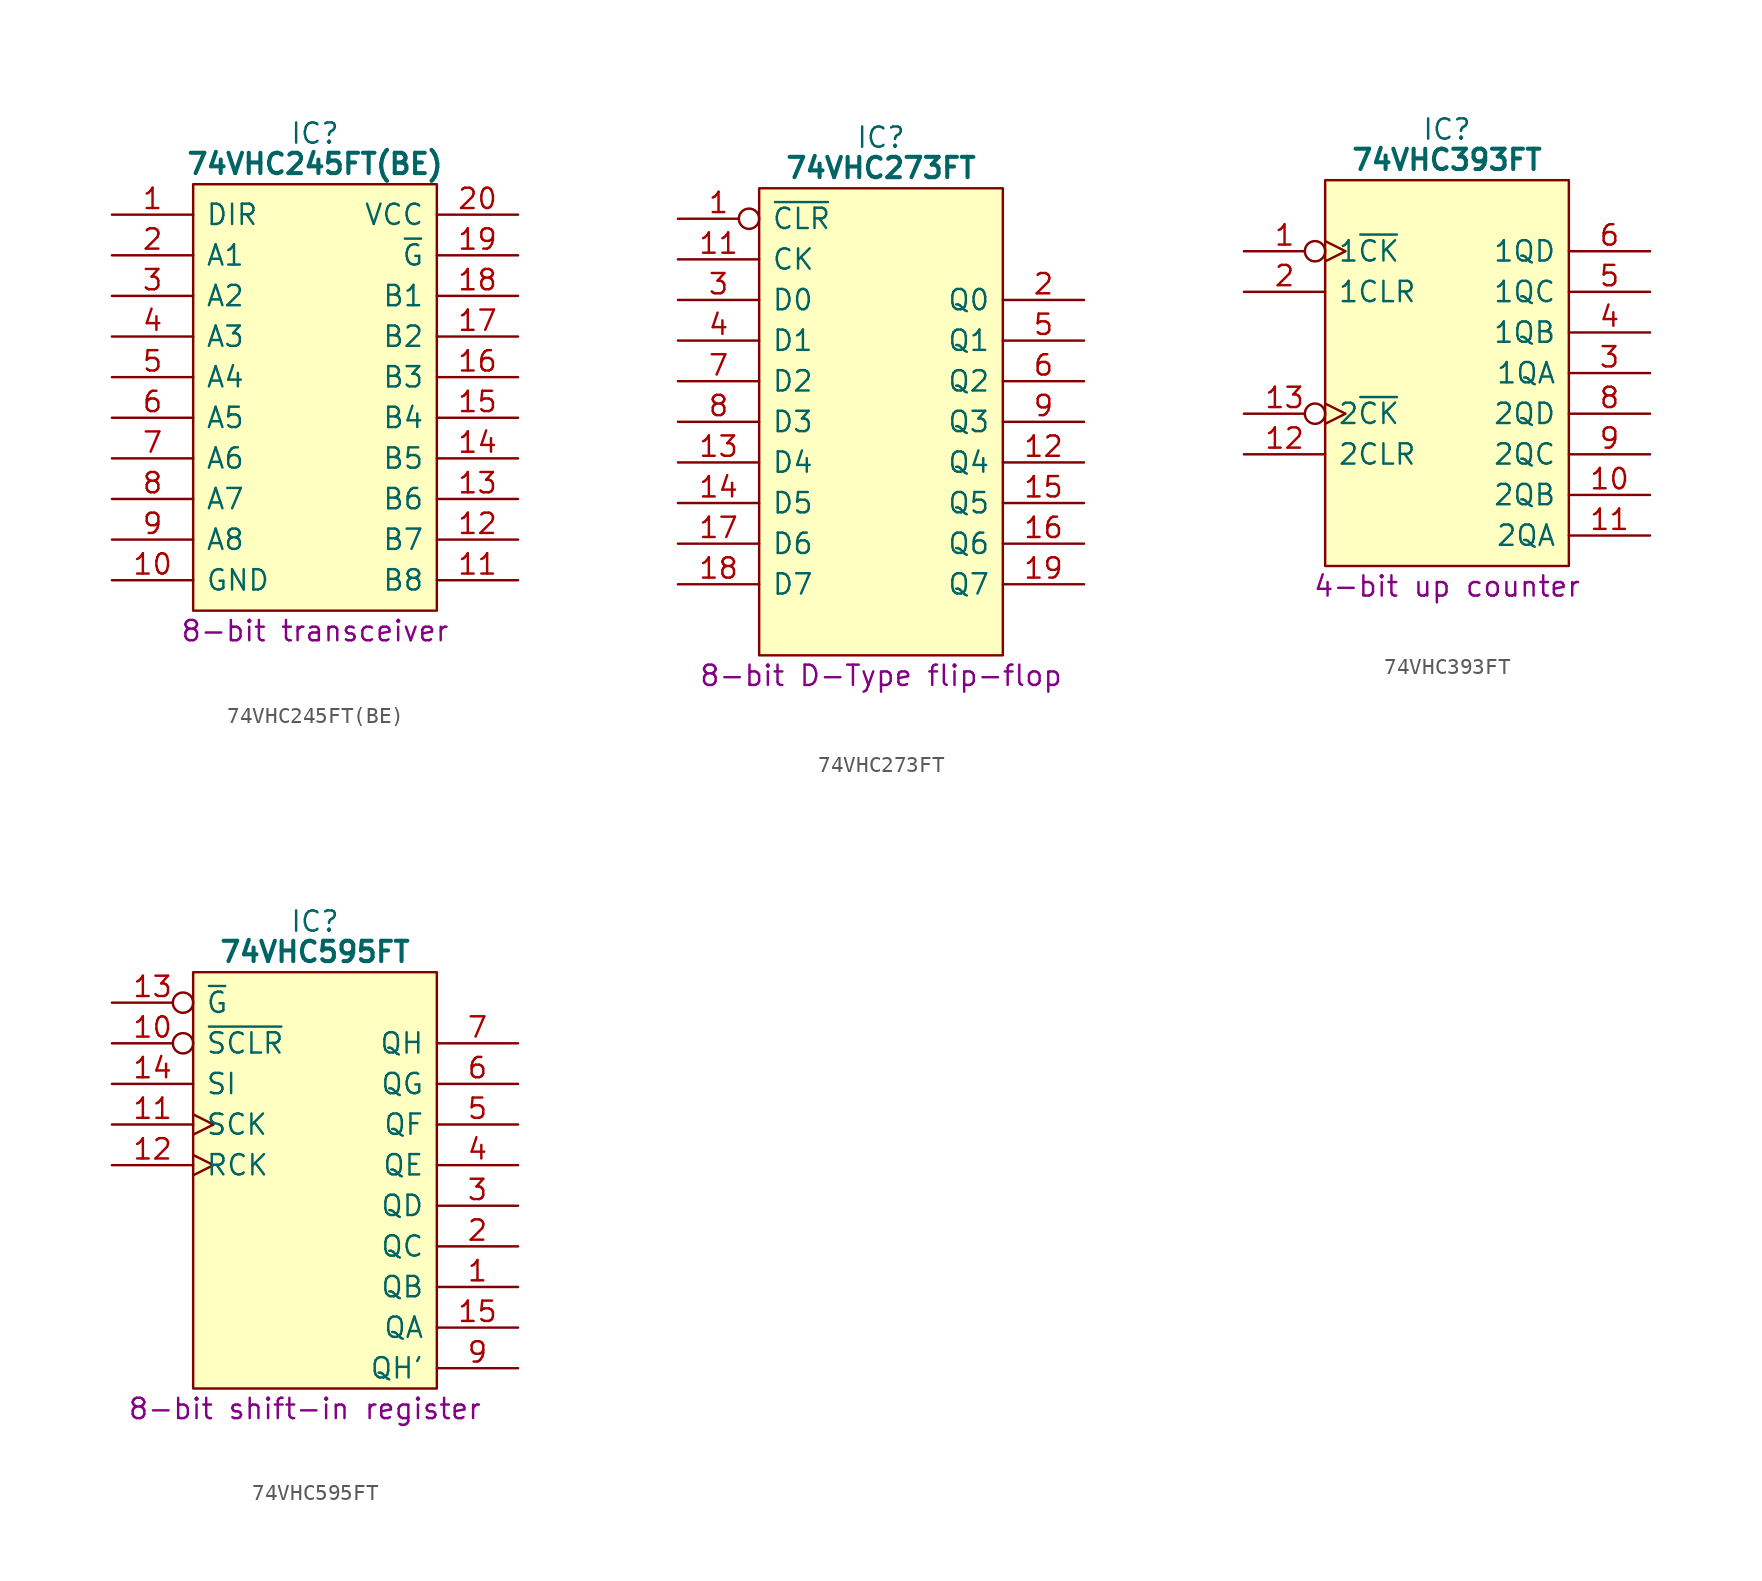
<source format=kicad_sym>
(kicad_symbol_lib
  (version 20231120)
  (generator "kicad_symbol_editor")
  (generator_version "8.0")
  (symbol "74VHC245FT(BE)"
    (pin_names
      (offset 0.762))
    (property "Reference" "IC"
      (at 12.7 5.08 0)
      (effects (font (size 1.27 1.27))))
    (property "Value" "74VHC245FT(BE)"
      (at 12.7 3.175 0)
      (effects (font (size 1.27 1.27) (bold yes))))
    (property "Description" "8-bit transceiver"
      (at 12.7 -26.035 0)
      (effects (font (size 1.27 1.27))))
    (symbol "74VHC245FT(BE)_0_0"
      (pin passive line (at 0 0 0) (length 5.08) (name "DIR" (effects (font (size 1.27 1.27)))) (number "1" (effects (font (size 1.27 1.27)))))
      (pin passive line (at 0 -22.86 0) (length 5.08) (name "GND" (effects (font (size 1.27 1.27)))) (number "10" (effects (font (size 1.27 1.27)))))
      (pin passive line (at 25.4 -22.86 180) (length 5.08) (name "B8" (effects (font (size 1.27 1.27)))) (number "11" (effects (font (size 1.27 1.27)))))
      (pin passive line (at 25.4 -20.32 180) (length 5.08) (name "B7" (effects (font (size 1.27 1.27)))) (number "12" (effects (font (size 1.27 1.27)))))
      (pin passive line (at 25.4 -17.78 180) (length 5.08) (name "B6" (effects (font (size 1.27 1.27)))) (number "13" (effects (font (size 1.27 1.27)))))
      (pin passive line (at 25.4 -15.24 180) (length 5.08) (name "B5" (effects (font (size 1.27 1.27)))) (number "14" (effects (font (size 1.27 1.27)))))
      (pin passive line (at 25.4 -12.7 180) (length 5.08) (name "B4" (effects (font (size 1.27 1.27)))) (number "15" (effects (font (size 1.27 1.27)))))
      (pin passive line (at 25.4 -10.16 180) (length 5.08) (name "B3" (effects (font (size 1.27 1.27)))) (number "16" (effects (font (size 1.27 1.27)))))
      (pin passive line (at 25.4 -7.62 180) (length 5.08) (name "B2" (effects (font (size 1.27 1.27)))) (number "17" (effects (font (size 1.27 1.27)))))
      (pin passive line (at 25.4 -5.08 180) (length 5.08) (name "B1" (effects (font (size 1.27 1.27)))) (number "18" (effects (font (size 1.27 1.27)))))
      (pin passive line (at 25.4 -2.54 180) (length 5.08) (name "~{G}" (effects (font (size 1.27 1.27)))) (number "19" (effects (font (size 1.27 1.27)))))
      (pin passive line (at 0 -2.54 0) (length 5.08) (name "A1" (effects (font (size 1.27 1.27)))) (number "2" (effects (font (size 1.27 1.27)))))
      (pin passive line (at 25.4 0 180) (length 5.08) (name "VCC" (effects (font (size 1.27 1.27)))) (number "20" (effects (font (size 1.27 1.27)))))
      (pin passive line (at 0 -5.08 0) (length 5.08) (name "A2" (effects (font (size 1.27 1.27)))) (number "3" (effects (font (size 1.27 1.27)))))
      (pin passive line (at 0 -7.62 0) (length 5.08) (name "A3" (effects (font (size 1.27 1.27)))) (number "4" (effects (font (size 1.27 1.27)))))
      (pin passive line (at 0 -10.16 0) (length 5.08) (name "A4" (effects (font (size 1.27 1.27)))) (number "5" (effects (font (size 1.27 1.27)))))
      (pin passive line (at 0 -12.7 0) (length 5.08) (name "A5" (effects (font (size 1.27 1.27)))) (number "6" (effects (font (size 1.27 1.27)))))
      (pin passive line (at 0 -15.24 0) (length 5.08) (name "A6" (effects (font (size 1.27 1.27)))) (number "7" (effects (font (size 1.27 1.27)))))
      (pin passive line (at 0 -17.78 0) (length 5.08) (name "A7" (effects (font (size 1.27 1.27)))) (number "8" (effects (font (size 1.27 1.27)))))
      (pin passive line (at 0 -20.32 0) (length 5.08) (name "A8" (effects (font (size 1.27 1.27)))) (number "9" (effects (font (size 1.27 1.27))))))
    (symbol "74VHC245FT(BE)_0_1"
      (polyline (pts (xy 5.08 1.905) (xy 20.32 1.905) (xy 20.32 -24.765) (xy 5.08 -24.765) (xy 5.08 1.905)) (stroke (width 0.152) (type default)) (fill (type background)))))
  (symbol "74VHC273FT"
    (pin_names
      (offset 0.762))
    (property "Reference" "IC"
      (at 12.7 5.08 0)
      (effects (font (size 1.27 1.27))))
    (property "Value" "74VHC273FT"
      (at 12.7 3.175 0)
      (effects (font (size 1.27 1.27) (bold yes))))
    (property "Description" "8-bit D-Type flip-flop"
      (at 12.7 -28.575 0)
      (effects (font (size 1.27 1.27))))
    (symbol "74VHC273FT_0_0"
      (pin output line (at 25.4 -15.24 180) (length 5.08) (name "Q4" (effects (font (size 1.27 1.27)))) (number "12" (effects (font (size 1.27 1.27)))))
      (pin input line (at 0 -15.24 0) (length 5.08) (name "D4" (effects (font (size 1.27 1.27)))) (number "13" (effects (font (size 1.27 1.27)))))
      (pin input line (at 0 -17.78 0) (length 5.08) (name "D5" (effects (font (size 1.27 1.27)))) (number "14" (effects (font (size 1.27 1.27)))))
      (pin output line (at 25.4 -17.78 180) (length 5.08) (name "Q5" (effects (font (size 1.27 1.27)))) (number "15" (effects (font (size 1.27 1.27)))))
      (pin output line (at 25.4 -20.32 180) (length 5.08) (name "Q6" (effects (font (size 1.27 1.27)))) (number "16" (effects (font (size 1.27 1.27)))))
      (pin input line (at 0 -20.32 0) (length 5.08) (name "D6" (effects (font (size 1.27 1.27)))) (number "17" (effects (font (size 1.27 1.27)))))
      (pin input line (at 0 -22.86 0) (length 5.08) (name "D7" (effects (font (size 1.27 1.27)))) (number "18" (effects (font (size 1.27 1.27)))))
      (pin output line (at 25.4 -22.86 180) (length 5.08) (name "Q7" (effects (font (size 1.27 1.27)))) (number "19" (effects (font (size 1.27 1.27)))))
      (pin output line (at 25.4 -5.08 180) (length 5.08) (name "Q0" (effects (font (size 1.27 1.27)))) (number "2" (effects (font (size 1.27 1.27)))))
      (pin input line (at 0 -5.08 0) (length 5.08) (name "D0" (effects (font (size 1.27 1.27)))) (number "3" (effects (font (size 1.27 1.27)))))
      (pin input line (at 0 -7.62 0) (length 5.08) (name "D1" (effects (font (size 1.27 1.27)))) (number "4" (effects (font (size 1.27 1.27)))))
      (pin output line (at 25.4 -7.62 180) (length 5.08) (name "Q1" (effects (font (size 1.27 1.27)))) (number "5" (effects (font (size 1.27 1.27)))))
      (pin output line (at 25.4 -10.16 180) (length 5.08) (name "Q2" (effects (font (size 1.27 1.27)))) (number "6" (effects (font (size 1.27 1.27)))))
      (pin input line (at 0 -10.16 0) (length 5.08) (name "D2" (effects (font (size 1.27 1.27)))) (number "7" (effects (font (size 1.27 1.27)))))
      (pin input line (at 0 -12.7 0) (length 5.08) (name "D3" (effects (font (size 1.27 1.27)))) (number "8" (effects (font (size 1.27 1.27)))))
      (pin output line (at 25.4 -12.7 180) (length 5.08) (name "Q3" (effects (font (size 1.27 1.27)))) (number "9" (effects (font (size 1.27 1.27))))))
    (symbol "74VHC273FT_0_1"
      (polyline (pts (xy 5.08 1.905) (xy 20.32 1.905) (xy 20.32 -27.305) (xy 5.08 -27.305) (xy 5.08 1.905)) (stroke (width 0.152) (type default)) (fill (type background))))
    (symbol "74VHC273FT_1_0"
      (pin input inverted (at 0 0 0) (length 5.08) (name "~{CLR}" (effects (font (size 1.27 1.27)))) (number "1" (effects (font (size 1.27 1.27)))))
      (pin passive line (at 0 -25.4 0) (length 5.08) hide (name "GND" (effects (font (size 1.27 1.27)))) (number "10" (effects (font (size 1.27 1.27)))))
      (pin input line (at 0 -2.54 0) (length 5.08) (name "CK" (effects (font (size 1.27 1.27)))) (number "11" (effects (font (size 1.27 1.27)))))
      (pin passive line (at 25.4 0 180) (length 5.08) hide (name "5V" (effects (font (size 1.27 1.27)))) (number "20" (effects (font (size 1.27 1.27)))))))
  (symbol "74VHC393FT"
    (pin_names
      (offset 0.762))
    (property "Reference" "IC"
      (at 12.7 7.62 0)
      (effects (font (size 1.27 1.27))))
    (property "Value" "74VHC393FT"
      (at 12.7 5.715 0)
      (effects (font (size 1.27 1.27) (bold yes))))
    (property "Description" "4-bit up counter"
      (at 12.7 -20.955 0)
      (effects (font (size 1.27 1.27))))
    (symbol "74VHC393FT_0_0"
      (pin input inverted_clock (at 0 0 0) (length 5.08) (name "1~{CK}" (effects (font (size 1.27 1.27)))) (number "1" (effects (font (size 1.27 1.27)))))
      (pin output line (at 25.4 -15.24 180) (length 5.08) (name "2QB" (effects (font (size 1.27 1.27)))) (number "10" (effects (font (size 1.27 1.27)))))
      (pin output line (at 25.4 -17.78 180) (length 5.08) (name "2QA" (effects (font (size 1.27 1.27)))) (number "11" (effects (font (size 1.27 1.27)))))
      (pin input line (at 0 -12.7 0) (length 5.08) (name "2CLR" (effects (font (size 1.27 1.27)))) (number "12" (effects (font (size 1.27 1.27)))))
      (pin input inverted_clock (at 0 -10.16 0) (length 5.08) (name "2~{CK}" (effects (font (size 1.27 1.27)))) (number "13" (effects (font (size 1.27 1.27)))))
      (pin passive line (at 25.4 2.54 180) (length 5.08) hide (name "5V" (effects (font (size 1.27 1.27)))) (number "14" (effects (font (size 1.27 1.27)))))
      (pin input line (at 0 -2.54 0) (length 5.08) (name "1CLR" (effects (font (size 1.27 1.27)))) (number "2" (effects (font (size 1.27 1.27)))))
      (pin output line (at 25.4 -7.62 180) (length 5.08) (name "1QA" (effects (font (size 1.27 1.27)))) (number "3" (effects (font (size 1.27 1.27)))))
      (pin output line (at 25.4 -5.08 180) (length 5.08) (name "1QB" (effects (font (size 1.27 1.27)))) (number "4" (effects (font (size 1.27 1.27)))))
      (pin output line (at 25.4 -2.54 180) (length 5.08) (name "1QC" (effects (font (size 1.27 1.27)))) (number "5" (effects (font (size 1.27 1.27)))))
      (pin output line (at 25.4 0 180) (length 5.08) (name "1QD" (effects (font (size 1.27 1.27)))) (number "6" (effects (font (size 1.27 1.27)))))
      (pin passive line (at 0 -17.78 0) (length 5.08) hide (name "GND" (effects (font (size 1.27 1.27)))) (number "7" (effects (font (size 1.27 1.27)))))
      (pin output line (at 25.4 -10.16 180) (length 5.08) (name "2QD" (effects (font (size 1.27 1.27)))) (number "8" (effects (font (size 1.27 1.27)))))
      (pin output line (at 25.4 -12.7 180) (length 5.08) (name "2QC" (effects (font (size 1.27 1.27)))) (number "9" (effects (font (size 1.27 1.27))))))
    (symbol "74VHC393FT_0_1"
      (polyline (pts (xy 5.08 4.445) (xy 20.32 4.445) (xy 20.32 -19.685) (xy 5.08 -19.685) (xy 5.08 4.445)) (stroke (width 0.152) (type default)) (fill (type background)))))
  (symbol "74VHC595FT"
    (pin_names
      (offset 0.762))
    (property "Reference" "IC"
      (at 12.7 5.08 0)
      (effects (font (size 1.27 1.27))))
    (property "Value" "74VHC595FT"
      (at 12.7 3.175 0)
      (effects (font (size 1.27 1.27) (bold yes))))
    (property "Description" "8-bit shift-in register"
      (at 12.065 -25.4 0)
      (effects (font (size 1.27 1.27))))
    (symbol "74VHC595FT_0_0"
      (pin output line (at 25.4 -17.78 180) (length 5.08) (name "QB" (effects (font (size 1.27 1.27)))) (number "1" (effects (font (size 1.27 1.27)))))
      (pin input inverted (at 0 -2.54 0) (length 5.08) (name "~{SCLR}" (effects (font (size 1.27 1.27)))) (number "10" (effects (font (size 1.27 1.27)))))
      (pin input clock (at 0 -7.62 0) (length 5.08) (name "SCK" (effects (font (size 1.27 1.27)))) (number "11" (effects (font (size 1.27 1.27)))))
      (pin input clock (at 0 -10.16 0) (length 5.08) (name "RCK" (effects (font (size 1.27 1.27)))) (number "12" (effects (font (size 1.27 1.27)))))
      (pin input inverted (at 0 0 0) (length 5.08) (name "~{G}" (effects (font (size 1.27 1.27)))) (number "13" (effects (font (size 1.27 1.27)))))
      (pin input line (at 0 -5.08 0) (length 5.08) (name "SI" (effects (font (size 1.27 1.27)))) (number "14" (effects (font (size 1.27 1.27)))))
      (pin output line (at 25.4 -20.32 180) (length 5.08) (name "QA" (effects (font (size 1.27 1.27)))) (number "15" (effects (font (size 1.27 1.27)))))
      (pin passive line (at 25.4 0 180) (length 5.08) hide (name "5V" (effects (font (size 1.27 1.27)))) (number "16" (effects (font (size 1.27 1.27)))))
      (pin output line (at 25.4 -15.24 180) (length 5.08) (name "QC" (effects (font (size 1.27 1.27)))) (number "2" (effects (font (size 1.27 1.27)))))
      (pin output line (at 25.4 -12.7 180) (length 5.08) (name "QD" (effects (font (size 1.27 1.27)))) (number "3" (effects (font (size 1.27 1.27)))))
      (pin output line (at 25.4 -10.16 180) (length 5.08) (name "QE" (effects (font (size 1.27 1.27)))) (number "4" (effects (font (size 1.27 1.27)))))
      (pin output line (at 25.4 -7.62 180) (length 5.08) (name "QF" (effects (font (size 1.27 1.27)))) (number "5" (effects (font (size 1.27 1.27)))))
      (pin output line (at 25.4 -5.08 180) (length 5.08) (name "QG" (effects (font (size 1.27 1.27)))) (number "6" (effects (font (size 1.27 1.27)))))
      (pin output line (at 25.4 -2.54 180) (length 5.08) (name "QH" (effects (font (size 1.27 1.27)))) (number "7" (effects (font (size 1.27 1.27)))))
      (pin passive line (at 0 -22.86 0) (length 5.08) hide (name "GND" (effects (font (size 1.27 1.27)))) (number "8" (effects (font (size 1.27 1.27)))))
      (pin output line (at 25.4 -22.86 180) (length 5.08) (name "QH'" (effects (font (size 1.27 1.27)))) (number "9" (effects (font (size 1.27 1.27))))))
    (symbol "74VHC595FT_0_1"
      (polyline (pts (xy 5.08 1.905) (xy 20.32 1.905) (xy 20.32 -24.13) (xy 5.08 -24.13) (xy 5.08 1.905)) (stroke (width 0.152) (type default)) (fill (type background))))))
</source>
